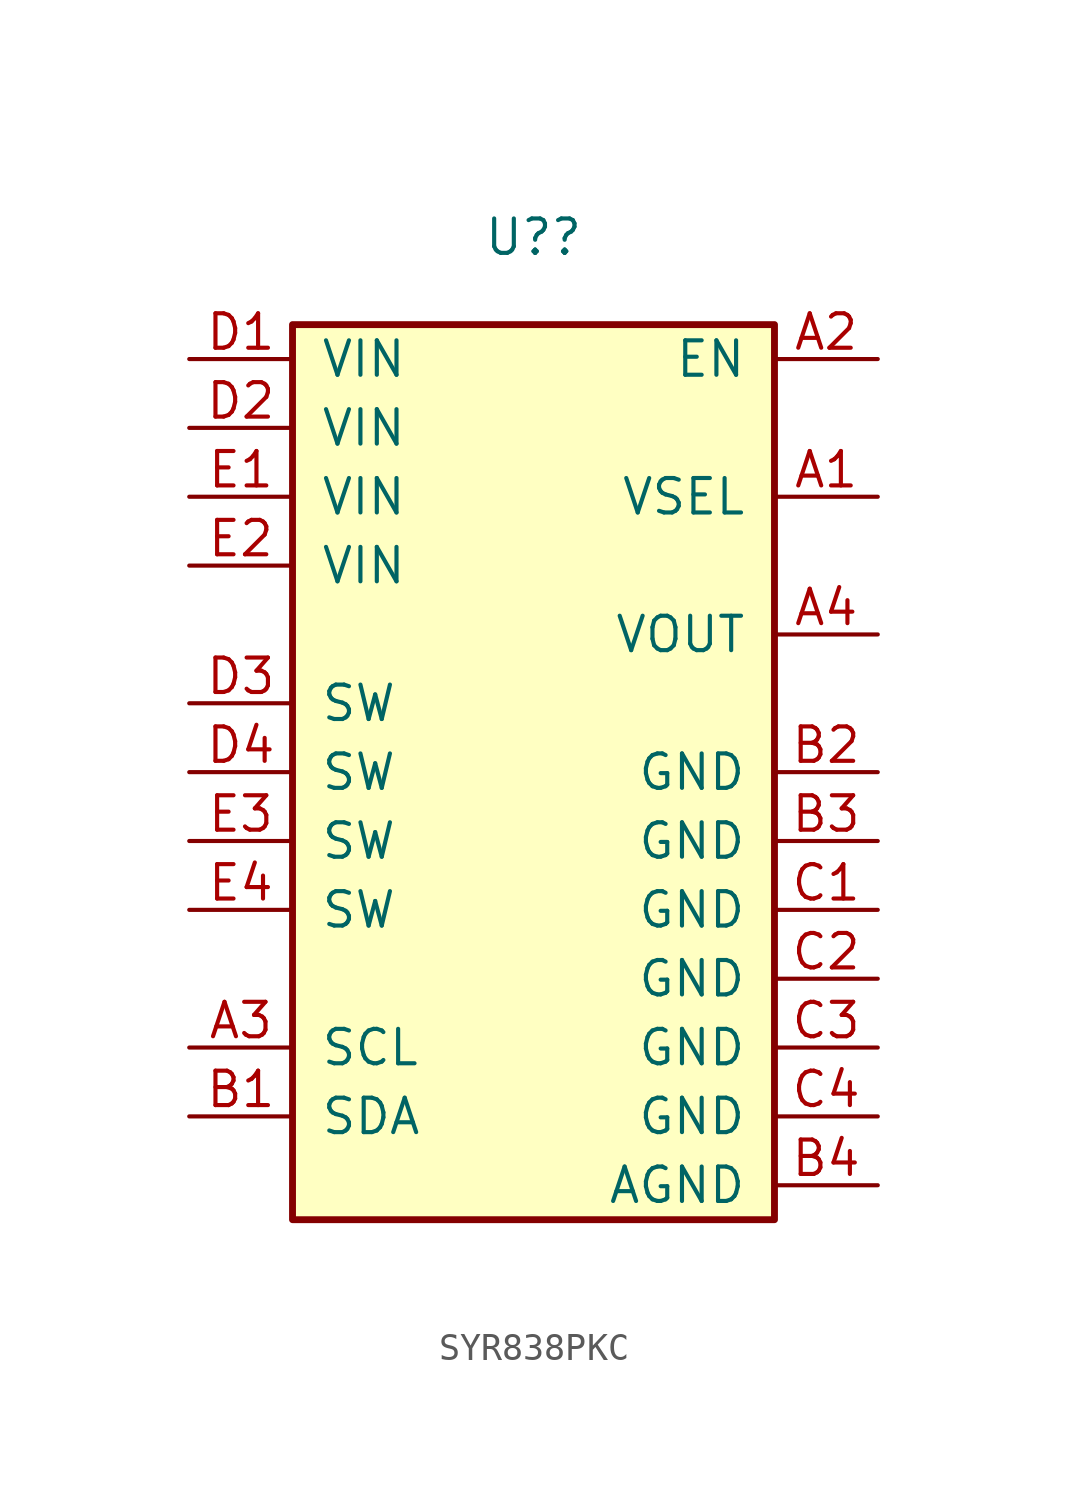
<source format=kicad_sym>
(kicad_symbol_lib
  (version 20241209)
  (generator "kicad_symbol_editor")
  (generator_version "9.0")
  (symbol "SYR838PKC"
    (pin_names
      (offset 1.014))
    (property "Reference" "U?"
      (at 0 19.736 0)
      (effects (font (size 1.27 1.27))))
    (symbol "SYR838PKC_1_1"
      (rectangle (start -8.89 -16.51) (end 8.89 16.51) (stroke (width 0.254) (type default)) (fill (type background)))
      (pin passive line (at -12.7 15.24 0) (length 3.81) (name "VIN" (effects (font (size 1.27 1.27)))) (number "D1" (effects (font (size 1.27 1.27)))))
      (pin passive line (at -12.7 12.7 0) (length 3.81) (name "VIN" (effects (font (size 1.27 1.27)))) (number "D2" (effects (font (size 1.27 1.27)))))
      (pin passive line (at -12.7 10.16 0) (length 3.81) (name "VIN" (effects (font (size 1.27 1.27)))) (number "E1" (effects (font (size 1.27 1.27)))))
      (pin passive line (at -12.7 7.62 0) (length 3.81) (name "VIN" (effects (font (size 1.27 1.27)))) (number "E2" (effects (font (size 1.27 1.27)))))
      (pin passive line (at -12.7 2.54 0) (length 3.81) (name "SW" (effects (font (size 1.27 1.27)))) (number "D3" (effects (font (size 1.27 1.27)))))
      (pin passive line (at -12.7 0 0) (length 3.81) (name "SW" (effects (font (size 1.27 1.27)))) (number "D4" (effects (font (size 1.27 1.27)))))
      (pin passive line (at -12.7 -2.54 0) (length 3.81) (name "SW" (effects (font (size 1.27 1.27)))) (number "E3" (effects (font (size 1.27 1.27)))))
      (pin passive line (at -12.7 -5.08 0) (length 3.81) (name "SW" (effects (font (size 1.27 1.27)))) (number "E4" (effects (font (size 1.27 1.27)))))
      (pin passive line (at -12.7 -10.16 0) (length 3.81) (name "SCL" (effects (font (size 1.27 1.27)))) (number "A3" (effects (font (size 1.27 1.27)))))
      (pin passive line (at -12.7 -12.7 0) (length 3.81) (name "SDA" (effects (font (size 1.27 1.27)))) (number "B1" (effects (font (size 1.27 1.27)))))
      (pin passive line (at 12.7 15.24 180) (length 3.81) (name "EN" (effects (font (size 1.27 1.27)))) (number "A2" (effects (font (size 1.27 1.27)))))
      (pin passive line (at 12.7 10.16 180) (length 3.81) (name "VSEL" (effects (font (size 1.27 1.27)))) (number "A1" (effects (font (size 1.27 1.27)))))
      (pin passive line (at 12.7 5.08 180) (length 3.81) (name "VOUT" (effects (font (size 1.27 1.27)))) (number "A4" (effects (font (size 1.27 1.27)))))
      (pin passive line (at 12.7 0 180) (length 3.81) (name "GND" (effects (font (size 1.27 1.27)))) (number "B2" (effects (font (size 1.27 1.27)))))
      (pin passive line (at 12.7 -2.54 180) (length 3.81) (name "GND" (effects (font (size 1.27 1.27)))) (number "B3" (effects (font (size 1.27 1.27)))))
      (pin passive line (at 12.7 -5.08 180) (length 3.81) (name "GND" (effects (font (size 1.27 1.27)))) (number "C1" (effects (font (size 1.27 1.27)))))
      (pin passive line (at 12.7 -7.62 180) (length 3.81) (name "GND" (effects (font (size 1.27 1.27)))) (number "C2" (effects (font (size 1.27 1.27)))))
      (pin passive line (at 12.7 -10.16 180) (length 3.81) (name "GND" (effects (font (size 1.27 1.27)))) (number "C3" (effects (font (size 1.27 1.27)))))
      (pin passive line (at 12.7 -12.7 180) (length 3.81) (name "GND" (effects (font (size 1.27 1.27)))) (number "C4" (effects (font (size 1.27 1.27)))))
      (pin passive line (at 12.7 -15.24 180) (length 3.81) (name "AGND" (effects (font (size 1.27 1.27)))) (number "B4" (effects (font (size 1.27 1.27))))))))
</source>
